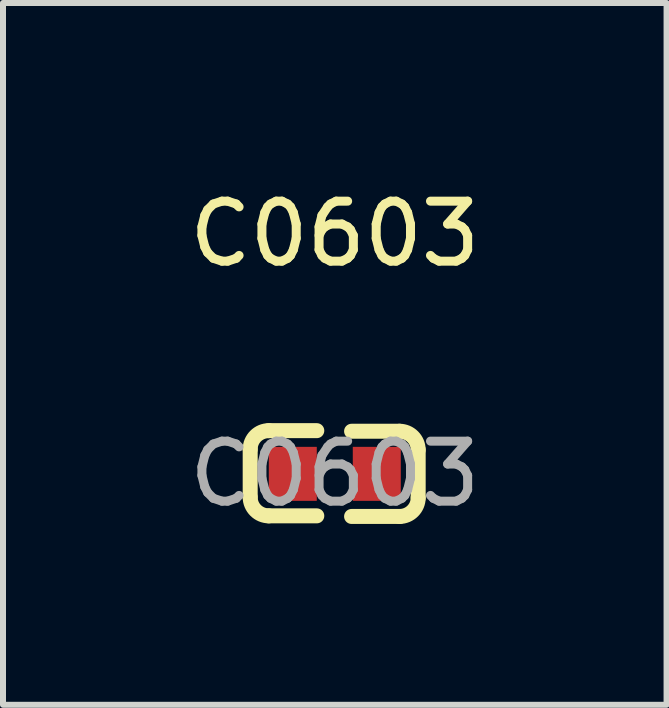
<source format=kicad_pcb>
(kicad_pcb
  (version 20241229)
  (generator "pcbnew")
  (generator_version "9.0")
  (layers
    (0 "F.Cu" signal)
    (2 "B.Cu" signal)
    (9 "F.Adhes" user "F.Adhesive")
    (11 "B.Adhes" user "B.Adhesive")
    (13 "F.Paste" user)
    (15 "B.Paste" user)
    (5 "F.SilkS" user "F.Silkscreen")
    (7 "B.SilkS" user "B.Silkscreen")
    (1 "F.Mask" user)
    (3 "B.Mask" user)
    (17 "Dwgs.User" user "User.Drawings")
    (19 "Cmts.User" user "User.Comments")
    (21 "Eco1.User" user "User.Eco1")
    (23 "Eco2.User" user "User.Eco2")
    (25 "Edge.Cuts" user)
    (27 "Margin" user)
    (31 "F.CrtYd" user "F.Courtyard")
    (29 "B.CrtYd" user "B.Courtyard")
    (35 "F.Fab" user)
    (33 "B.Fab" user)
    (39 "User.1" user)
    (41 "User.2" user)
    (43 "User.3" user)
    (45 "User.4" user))
  (footprint "C0603"
    (layer "F.Cu")
    (at 2.53 4.848)
    (property "Reference" "C0603" (at 0 -4 0) (layer "F.SilkS") (effects (font (size 1 1) (thickness 0.15))))
    (attr through_hole)
    (fp_line (start -1.41 -0.41) (end -1.41 0.39) (stroke (width 0.25) (type solid)) (layer "F.SilkS"))
    (fp_line (start -0.3 -0.72) (end -1.1 -0.72) (stroke (width 0.25) (type solid)) (layer "F.SilkS"))
    (fp_line (start -0.3 0.7) (end -1.1 0.7) (stroke (width 0.25) (type solid)) (layer "F.SilkS"))
    (fp_line (start 0.28 -0.71) (end 1.08 -0.71) (stroke (width 0.25) (type solid)) (layer "F.SilkS"))
    (fp_line (start 0.28 0.71) (end 1.08 0.71) (stroke (width 0.25) (type solid)) (layer "F.SilkS"))
    (fp_line (start 1.39 -0.4) (end 1.39 0.4) (stroke (width 0.25) (type solid)) (layer "F.SilkS"))
    (fp_arc (start -1.41 -0.41) (mid -1.319203 -0.629203) (end -1.1 -0.72) (stroke (width 0.25) (type solid)) (layer "F.SilkS"))
    (fp_arc (start -1.1 0.7) (mid -1.319203 0.609203) (end -1.41 0.39) (stroke (width 0.25) (type solid)) (layer "F.SilkS"))
    (fp_arc (start 1.08 -0.71) (mid 1.299203 -0.619203) (end 1.39 -0.4) (stroke (width 0.25) (type solid)) (layer "F.SilkS"))
    (fp_arc (start 1.39 0.4) (mid 1.299203 0.619203) (end 1.08 0.71) (stroke (width 0.25) (type solid)) (layer "F.SilkS"))
    (fp_circle (center -0.8 0.4) (end -0.77 0.4) (stroke (width 0.06) (type solid)) (fill no) (layer "F.Fab"))
    (fp_text user "${REFERENCE}" (at 0 0 0) (layer "F.Fab") (effects (font (size 1 1) (thickness 0.15))))
    (pad "1" smd rect (at -0.7 0) (size 0.8 0.9) (layers "F.Cu" "F.Mask" "F.Paste"))
    (pad "2" smd rect (at 0.7 0) (size 0.8 0.9) (layers "F.Cu" "F.Mask" "F.Paste")))
  (gr_rect
    (start -3 -3)
    (end 8.06 8.697)
    (stroke (width 0.1) (type default))
    (fill no)
    (layer "Edge.Cuts")))
</source>
